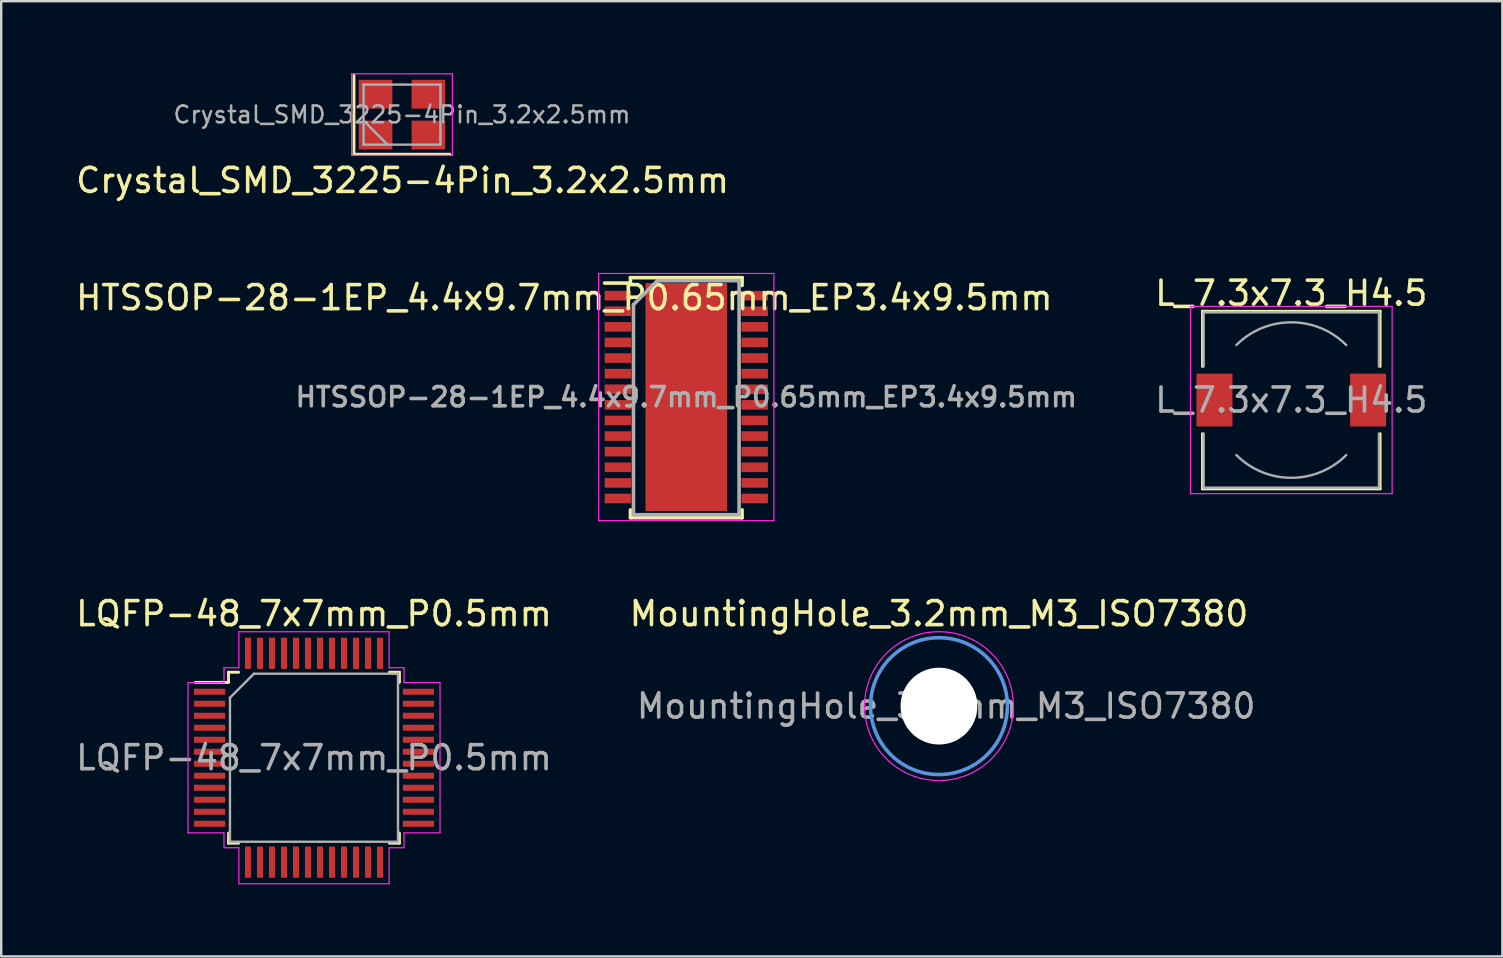
<source format=kicad_pcb>
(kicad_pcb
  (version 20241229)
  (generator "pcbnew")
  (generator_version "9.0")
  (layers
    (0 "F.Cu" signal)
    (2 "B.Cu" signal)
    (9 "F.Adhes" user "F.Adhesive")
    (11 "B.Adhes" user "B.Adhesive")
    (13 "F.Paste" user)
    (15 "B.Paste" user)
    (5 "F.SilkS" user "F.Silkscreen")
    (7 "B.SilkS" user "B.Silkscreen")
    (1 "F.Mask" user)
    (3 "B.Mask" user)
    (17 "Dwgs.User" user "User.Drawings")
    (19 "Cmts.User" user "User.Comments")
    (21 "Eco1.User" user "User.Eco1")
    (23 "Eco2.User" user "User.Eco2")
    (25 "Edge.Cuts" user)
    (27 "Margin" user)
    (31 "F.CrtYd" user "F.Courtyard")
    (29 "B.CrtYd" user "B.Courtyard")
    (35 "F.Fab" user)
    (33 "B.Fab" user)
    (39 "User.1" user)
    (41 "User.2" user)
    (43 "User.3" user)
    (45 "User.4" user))
  (footprint "LQFP-48_7x7mm_P0.5mm"
    (layer "F.Cu")
    (at 10.03 28.515)
    (property "Reference" "LQFP-48_7x7mm_P0.5mm" (at 0 -6 0) (layer "F.SilkS") (effects (font (size 1 1) (thickness 0.15))))
    (attr smd)
    (fp_line (start -3.56 -3.56) (end -3.56 -3.14) (stroke (width 0.12) (type solid)) (layer "F.SilkS"))
    (fp_line (start -3.56 -3.56) (end -3.14 -3.56) (stroke (width 0.12) (type solid)) (layer "F.SilkS"))
    (fp_line (start -3.56 -3.14) (end -4.94 -3.14) (stroke (width 0.12) (type solid)) (layer "F.SilkS"))
    (fp_line (start -3.56 3.56) (end -3.56 3.14) (stroke (width 0.12) (type solid)) (layer "F.SilkS"))
    (fp_line (start -3.56 3.56) (end -3.14 3.56) (stroke (width 0.12) (type solid)) (layer "F.SilkS"))
    (fp_line (start 3.56 -3.56) (end 3.14 -3.56) (stroke (width 0.12) (type solid)) (layer "F.SilkS"))
    (fp_line (start 3.56 -3.56) (end 3.56 -3.14) (stroke (width 0.12) (type solid)) (layer "F.SilkS"))
    (fp_line (start 3.56 3.56) (end 3.14 3.56) (stroke (width 0.12) (type solid)) (layer "F.SilkS"))
    (fp_line (start 3.56 3.56) (end 3.56 3.14) (stroke (width 0.12) (type solid)) (layer "F.SilkS"))
    (fp_line (start -5.25 -3.13) (end -5.25 3.13) (stroke (width 0.05) (type solid)) (layer "F.CrtYd"))
    (fp_line (start -3.75 -3.13) (end -5.25 -3.13) (stroke (width 0.05) (type solid)) (layer "F.CrtYd"))
    (fp_line (start -3.75 -3.13) (end -3.75 -3.75) (stroke (width 0.05) (type solid)) (layer "F.CrtYd"))
    (fp_line (start -3.75 3.13) (end -5.25 3.13) (stroke (width 0.05) (type solid)) (layer "F.CrtYd"))
    (fp_line (start -3.75 3.13) (end -3.75 3.75) (stroke (width 0.05) (type solid)) (layer "F.CrtYd"))
    (fp_line (start -3.13 -5.25) (end 3.13 -5.25) (stroke (width 0.05) (type solid)) (layer "F.CrtYd"))
    (fp_line (start -3.13 -3.75) (end -3.75 -3.75) (stroke (width 0.05) (type solid)) (layer "F.CrtYd"))
    (fp_line (start -3.13 -3.75) (end -3.13 -5.25) (stroke (width 0.05) (type solid)) (layer "F.CrtYd"))
    (fp_line (start -3.13 3.75) (end -3.75 3.75) (stroke (width 0.05) (type solid)) (layer "F.CrtYd"))
    (fp_line (start -3.13 3.75) (end -3.13 5.25) (stroke (width 0.05) (type solid)) (layer "F.CrtYd"))
    (fp_line (start -3.13 5.25) (end 3.13 5.25) (stroke (width 0.05) (type solid)) (layer "F.CrtYd"))
    (fp_line (start 3.13 -3.75) (end 3.13 -5.25) (stroke (width 0.05) (type solid)) (layer "F.CrtYd"))
    (fp_line (start 3.13 -3.75) (end 3.75 -3.75) (stroke (width 0.05) (type solid)) (layer "F.CrtYd"))
    (fp_line (start 3.13 3.75) (end 3.75 3.75) (stroke (width 0.05) (type solid)) (layer "F.CrtYd"))
    (fp_line (start 3.13 5.25) (end 3.13 3.75) (stroke (width 0.05) (type solid)) (layer "F.CrtYd"))
    (fp_line (start 3.75 -3.13) (end 3.75 -3.75) (stroke (width 0.05) (type solid)) (layer "F.CrtYd"))
    (fp_line (start 3.75 -3.13) (end 5.25 -3.13) (stroke (width 0.05) (type solid)) (layer "F.CrtYd"))
    (fp_line (start 3.75 3.13) (end 3.75 3.75) (stroke (width 0.05) (type solid)) (layer "F.CrtYd"))
    (fp_line (start 3.75 3.13) (end 5.25 3.13) (stroke (width 0.05) (type solid)) (layer "F.CrtYd"))
    (fp_line (start 5.25 -3.13) (end 5.25 3.13) (stroke (width 0.05) (type solid)) (layer "F.CrtYd"))
    (fp_line (start -3.5 -2.5) (end -2.5 -3.5) (stroke (width 0.1) (type solid)) (layer "F.Fab"))
    (fp_line (start -3.5 3.5) (end -3.5 -2.5) (stroke (width 0.1) (type solid)) (layer "F.Fab"))
    (fp_line (start -2.5 -3.5) (end 3.5 -3.5) (stroke (width 0.1) (type solid)) (layer "F.Fab"))
    (fp_line (start 3.5 -3.5) (end 3.5 3.5) (stroke (width 0.1) (type solid)) (layer "F.Fab"))
    (fp_line (start 3.5 3.5) (end -3.5 3.5) (stroke (width 0.1) (type solid)) (layer "F.Fab"))
    (fp_text user "${REFERENCE}" (at 0 0 0) (layer "F.Fab") (effects (font (size 1 1) (thickness 0.15))))
    (pad "1" smd rect (at -4.35 -2.75) (size 1.3 0.25) (layers "F.Cu" "F.Mask" "F.Paste"))
    (pad "2" smd rect (at -4.35 -2.25) (size 1.3 0.25) (layers "F.Cu" "F.Mask" "F.Paste"))
    (pad "3" smd rect (at -4.35 -1.75) (size 1.3 0.25) (layers "F.Cu" "F.Mask" "F.Paste"))
    (pad "4" smd rect (at -4.35 -1.25) (size 1.3 0.25) (layers "F.Cu" "F.Mask" "F.Paste"))
    (pad "5" smd rect (at -4.35 -0.75) (size 1.3 0.25) (layers "F.Cu" "F.Mask" "F.Paste"))
    (pad "6" smd rect (at -4.35 -0.25) (size 1.3 0.25) (layers "F.Cu" "F.Mask" "F.Paste"))
    (pad "7" smd rect (at -4.35 0.25) (size 1.3 0.25) (layers "F.Cu" "F.Mask" "F.Paste"))
    (pad "8" smd rect (at -4.35 0.75) (size 1.3 0.25) (layers "F.Cu" "F.Mask" "F.Paste"))
    (pad "9" smd rect (at -4.35 1.25) (size 1.3 0.25) (layers "F.Cu" "F.Mask" "F.Paste"))
    (pad "10" smd rect (at -4.35 1.75) (size 1.3 0.25) (layers "F.Cu" "F.Mask" "F.Paste"))
    (pad "11" smd rect (at -4.35 2.25) (size 1.3 0.25) (layers "F.Cu" "F.Mask" "F.Paste"))
    (pad "12" smd rect (at -4.35 2.75) (size 1.3 0.25) (layers "F.Cu" "F.Mask" "F.Paste"))
    (pad "13" smd rect (at -2.75 4.35 90) (size 1.3 0.25) (layers "F.Cu" "F.Mask" "F.Paste"))
    (pad "14" smd rect (at -2.25 4.35 90) (size 1.3 0.25) (layers "F.Cu" "F.Mask" "F.Paste"))
    (pad "15" smd rect (at -1.75 4.35 90) (size 1.3 0.25) (layers "F.Cu" "F.Mask" "F.Paste"))
    (pad "16" smd rect (at -1.25 4.35 90) (size 1.3 0.25) (layers "F.Cu" "F.Mask" "F.Paste"))
    (pad "17" smd rect (at -0.75 4.35 90) (size 1.3 0.25) (layers "F.Cu" "F.Mask" "F.Paste"))
    (pad "18" smd rect (at -0.25 4.35 90) (size 1.3 0.25) (layers "F.Cu" "F.Mask" "F.Paste"))
    (pad "19" smd rect (at 0.25 4.35 90) (size 1.3 0.25) (layers "F.Cu" "F.Mask" "F.Paste"))
    (pad "20" smd rect (at 0.75 4.35 90) (size 1.3 0.25) (layers "F.Cu" "F.Mask" "F.Paste"))
    (pad "21" smd rect (at 1.25 4.35 90) (size 1.3 0.25) (layers "F.Cu" "F.Mask" "F.Paste"))
    (pad "22" smd rect (at 1.75 4.35 90) (size 1.3 0.25) (layers "F.Cu" "F.Mask" "F.Paste"))
    (pad "23" smd rect (at 2.25 4.35 90) (size 1.3 0.25) (layers "F.Cu" "F.Mask" "F.Paste"))
    (pad "24" smd rect (at 2.75 4.35 90) (size 1.3 0.25) (layers "F.Cu" "F.Mask" "F.Paste"))
    (pad "25" smd rect (at 4.35 2.75) (size 1.3 0.25) (layers "F.Cu" "F.Mask" "F.Paste"))
    (pad "26" smd rect (at 4.35 2.25) (size 1.3 0.25) (layers "F.Cu" "F.Mask" "F.Paste"))
    (pad "27" smd rect (at 4.35 1.75) (size 1.3 0.25) (layers "F.Cu" "F.Mask" "F.Paste"))
    (pad "28" smd rect (at 4.35 1.25) (size 1.3 0.25) (layers "F.Cu" "F.Mask" "F.Paste"))
    (pad "29" smd rect (at 4.35 0.75) (size 1.3 0.25) (layers "F.Cu" "F.Mask" "F.Paste"))
    (pad "30" smd rect (at 4.35 0.25) (size 1.3 0.25) (layers "F.Cu" "F.Mask" "F.Paste"))
    (pad "31" smd rect (at 4.35 -0.25) (size 1.3 0.25) (layers "F.Cu" "F.Mask" "F.Paste"))
    (pad "32" smd rect (at 4.35 -0.75) (size 1.3 0.25) (layers "F.Cu" "F.Mask" "F.Paste"))
    (pad "33" smd rect (at 4.35 -1.25) (size 1.3 0.25) (layers "F.Cu" "F.Mask" "F.Paste"))
    (pad "34" smd rect (at 4.35 -1.75) (size 1.3 0.25) (layers "F.Cu" "F.Mask" "F.Paste"))
    (pad "35" smd rect (at 4.35 -2.25) (size 1.3 0.25) (layers "F.Cu" "F.Mask" "F.Paste"))
    (pad "36" smd rect (at 4.35 -2.75) (size 1.3 0.25) (layers "F.Cu" "F.Mask" "F.Paste"))
    (pad "37" smd rect (at 2.75 -4.35 90) (size 1.3 0.25) (layers "F.Cu" "F.Mask" "F.Paste"))
    (pad "38" smd rect (at 2.25 -4.35 90) (size 1.3 0.25) (layers "F.Cu" "F.Mask" "F.Paste"))
    (pad "39" smd rect (at 1.75 -4.35 90) (size 1.3 0.25) (layers "F.Cu" "F.Mask" "F.Paste"))
    (pad "40" smd rect (at 1.25 -4.35 90) (size 1.3 0.25) (layers "F.Cu" "F.Mask" "F.Paste"))
    (pad "41" smd rect (at 0.75 -4.35 90) (size 1.3 0.25) (layers "F.Cu" "F.Mask" "F.Paste"))
    (pad "42" smd rect (at 0.25 -4.35 90) (size 1.3 0.25) (layers "F.Cu" "F.Mask" "F.Paste"))
    (pad "43" smd rect (at -0.25 -4.35 90) (size 1.3 0.25) (layers "F.Cu" "F.Mask" "F.Paste"))
    (pad "44" smd rect (at -0.75 -4.35 90) (size 1.3 0.25) (layers "F.Cu" "F.Mask" "F.Paste"))
    (pad "45" smd rect (at -1.25 -4.35 90) (size 1.3 0.25) (layers "F.Cu" "F.Mask" "F.Paste"))
    (pad "46" smd rect (at -1.75 -4.35 90) (size 1.3 0.25) (layers "F.Cu" "F.Mask" "F.Paste"))
    (pad "47" smd rect (at -2.25 -4.35 90) (size 1.3 0.25) (layers "F.Cu" "F.Mask" "F.Paste"))
    (pad "48" smd rect (at -2.75 -4.35 90) (size 1.3 0.25) (layers "F.Cu" "F.Mask" "F.Paste")))
  (footprint "Crystal_SMD_3225-4Pin_3.2x2.5mm"
    (layer "F.Cu")
    (at 13.695 1.725)
    (property "Reference" "Crystal_SMD_3225-4Pin_3.2x2.5mm" (at 0.025 2.743 0) (layer "F.SilkS") (effects (font (size 1 1) (thickness 0.15))))
    (attr smd)
    (fp_line (start -2 -1.65) (end -2 1.65) (stroke (width 0.12) (type solid)) (layer "F.SilkS"))
    (fp_line (start -2 1.65) (end 2 1.65) (stroke (width 0.12) (type solid)) (layer "F.SilkS"))
    (fp_line (start -2.1 -1.7) (end -2.1 1.7) (stroke (width 0.05) (type solid)) (layer "F.CrtYd"))
    (fp_line (start -2.1 1.7) (end 2.1 1.7) (stroke (width 0.05) (type solid)) (layer "F.CrtYd"))
    (fp_line (start 2.1 -1.7) (end -2.1 -1.7) (stroke (width 0.05) (type solid)) (layer "F.CrtYd"))
    (fp_line (start 2.1 1.7) (end 2.1 -1.7) (stroke (width 0.05) (type solid)) (layer "F.CrtYd"))
    (fp_line (start -1.6 -1.25) (end -1.6 1.25) (stroke (width 0.1) (type solid)) (layer "F.Fab"))
    (fp_line (start -1.6 0.25) (end -0.6 1.25) (stroke (width 0.1) (type solid)) (layer "F.Fab"))
    (fp_line (start -1.6 1.25) (end 1.6 1.25) (stroke (width 0.1) (type solid)) (layer "F.Fab"))
    (fp_line (start 1.6 -1.25) (end -1.6 -1.25) (stroke (width 0.1) (type solid)) (layer "F.Fab"))
    (fp_line (start 1.6 1.25) (end 1.6 -1.25) (stroke (width 0.1) (type solid)) (layer "F.Fab"))
    (fp_text user "${REFERENCE}" (at 0 0 0) (layer "F.Fab") (effects (font (size 0.7 0.7) (thickness 0.105))))
    (pad "1" smd rect (at -1.1 0.85) (size 1.4 1.2) (layers "F.Cu" "F.Mask" "F.Paste"))
    (pad "2" smd rect (at 1.1 0.85) (size 1.4 1.2) (layers "F.Cu" "F.Mask" "F.Paste"))
    (pad "3" smd rect (at 1.1 -0.85) (size 1.4 1.2) (layers "F.Cu" "F.Mask" "F.Paste"))
    (pad "4" smd rect (at -1.1 -0.85) (size 1.4 1.2) (layers "F.Cu" "F.Mask" "F.Paste")))
  (footprint "L_7.3x7.3_H4.5"
    (layer "F.Cu")
    (at 50.742 13.615)
    (property "Reference" "L_7.3x7.3_H4.5" (at 0 -4.45 0) (layer "F.SilkS") (effects (font (size 1 1) (thickness 0.15))))
    (attr smd)
    (fp_line (start -3.7 -3.7) (end 3.7 -3.7) (stroke (width 0.12) (type solid)) (layer "F.SilkS"))
    (fp_line (start -3.7 -1.4) (end -3.7 -3.7) (stroke (width 0.12) (type solid)) (layer "F.SilkS"))
    (fp_line (start -3.7 3.7) (end -3.7 1.4) (stroke (width 0.12) (type solid)) (layer "F.SilkS"))
    (fp_line (start 3.7 -3.7) (end 3.7 -1.4) (stroke (width 0.12) (type solid)) (layer "F.SilkS"))
    (fp_line (start 3.7 1.4) (end 3.7 3.7) (stroke (width 0.12) (type solid)) (layer "F.SilkS"))
    (fp_line (start 3.7 3.7) (end -3.7 3.7) (stroke (width 0.12) (type solid)) (layer "F.SilkS"))
    (fp_line (start -4.2 -3.9) (end -4.2 3.9) (stroke (width 0.05) (type solid)) (layer "F.CrtYd"))
    (fp_line (start -4.2 3.9) (end 4.2 3.9) (stroke (width 0.05) (type solid)) (layer "F.CrtYd"))
    (fp_line (start 4.2 -3.9) (end -4.2 -3.9) (stroke (width 0.05) (type solid)) (layer "F.CrtYd"))
    (fp_line (start 4.2 3.9) (end 4.2 -3.9) (stroke (width 0.05) (type solid)) (layer "F.CrtYd"))
    (fp_line (start -3.65 -3.65) (end -3.65 -1.4) (stroke (width 0.1) (type solid)) (layer "F.Fab"))
    (fp_line (start -3.65 -3.65) (end 3.65 -3.65) (stroke (width 0.1) (type solid)) (layer "F.Fab"))
    (fp_line (start -3.65 3.65) (end -3.65 1.4) (stroke (width 0.1) (type solid)) (layer "F.Fab"))
    (fp_line (start 3.65 -3.65) (end 3.65 -1.4) (stroke (width 0.1) (type solid)) (layer "F.Fab"))
    (fp_line (start 3.65 3.65) (end -3.65 3.65) (stroke (width 0.1) (type solid)) (layer "F.Fab"))
    (fp_line (start 3.65 3.65) (end 3.65 1.4) (stroke (width 0.1) (type solid)) (layer "F.Fab"))
    (fp_arc (start -2.29 -2.29) (mid 0 -3.238549) (end 2.29 -2.29) (stroke (width 0.1) (type solid)) (layer "F.Fab"))
    (fp_arc (start 2.29 2.29) (mid 0 3.238549) (end -2.29 2.29) (stroke (width 0.1) (type solid)) (layer "F.Fab"))
    (fp_text user "${REFERENCE}" (at 0 0 0) (layer "F.Fab") (effects (font (size 1 1) (thickness 0.15))))
    (pad "1" smd rect (at -3.2 0) (size 1.5 2.2) (layers "F.Cu" "F.Mask" "F.Paste"))
    (pad "2" smd rect (at 3.2 0) (size 1.5 2.2) (layers "F.Cu" "F.Mask" "F.Paste")))
  (footprint "MountingHole_3.2mm_M3_ISO7380"
    (layer "F.Cu")
    (at 36.065 26.365)
    (property "Reference" "MountingHole_3.2mm_M3_ISO7380" (at 0 -3.85 0) (layer "F.SilkS") (effects (font (size 1 1) (thickness 0.15))))
    (attr exclude_from_pos_files exclude_from_bom)
    (fp_circle (center 0 0) (end 2.85 0) (stroke (width 0.15) (type solid)) (fill no) (layer "Cmts.User"))
    (fp_circle (center 0 0) (end 3.1 0) (stroke (width 0.05) (type solid)) (fill no) (layer "F.CrtYd"))
    (fp_text user "${REFERENCE}" (at 0.3 0 0) (layer "F.Fab") (effects (font (size 1 1) (thickness 0.15))))
    (pad "" np_thru_hole circle (at 0 0) (size 3.2 3.2) (drill 3.2) (layers "*.Cu" "*.Mask")))
  (footprint "HTSSOP-28-1EP_4.4x9.7mm_P0.65mm_EP3.4x9.5mm"
    (layer "F.Cu")
    (at 25.538 13.491)
    (property "Reference" "HTSSOP-28-1EP_4.4x9.7mm_P0.65mm_EP3.4x9.5mm" (at -5.08 -4.14 0) (layer "F.SilkS") (effects (font (size 1 1) (thickness 0.15))))
    (attr smd)
    (fp_line (start -2.325 -4.975) (end -2.325 -4.75) (stroke (width 0.15) (type solid)) (layer "F.SilkS"))
    (fp_line (start -2.325 -4.975) (end 2.325 -4.975) (stroke (width 0.15) (type solid)) (layer "F.SilkS"))
    (fp_line (start -2.325 -4.75) (end -3.4 -4.75) (stroke (width 0.15) (type solid)) (layer "F.SilkS"))
    (fp_line (start -2.325 5.026) (end -2.325 4.701) (stroke (width 0.15) (type solid)) (layer "F.SilkS"))
    (fp_line (start -2.325 5.026) (end 2.325 5.026) (stroke (width 0.15) (type solid)) (layer "F.SilkS"))
    (fp_line (start 2.325 -4.975) (end 2.325 -4.65) (stroke (width 0.15) (type solid)) (layer "F.SilkS"))
    (fp_line (start 2.325 5.026) (end 2.325 4.701) (stroke (width 0.15) (type solid)) (layer "F.SilkS"))
    (fp_line (start -3.65 -5.15) (end -3.65 5.15) (stroke (width 0.05) (type solid)) (layer "F.CrtYd"))
    (fp_line (start -3.65 -5.15) (end 3.65 -5.15) (stroke (width 0.05) (type solid)) (layer "F.CrtYd"))
    (fp_line (start -3.65 5.15) (end 3.65 5.15) (stroke (width 0.05) (type solid)) (layer "F.CrtYd"))
    (fp_line (start 3.65 -5.15) (end 3.65 5.15) (stroke (width 0.05) (type solid)) (layer "F.CrtYd"))
    (fp_line (start -2.2 -3.85) (end -1.2 -4.85) (stroke (width 0.15) (type solid)) (layer "F.Fab"))
    (fp_line (start -2.2 4.85) (end -2.2 -3.85) (stroke (width 0.15) (type solid)) (layer "F.Fab"))
    (fp_line (start -1.2 -4.85) (end 2.2 -4.85) (stroke (width 0.15) (type solid)) (layer "F.Fab"))
    (fp_line (start 2.2 -4.85) (end 2.2 4.85) (stroke (width 0.15) (type solid)) (layer "F.Fab"))
    (fp_line (start 2.2 4.901) (end -2.2 4.901) (stroke (width 0.15) (type solid)) (layer "F.Fab"))
    (fp_text user "${REFERENCE}" (at 0 0 0) (layer "F.Fab") (effects (font (size 0.8 0.8) (thickness 0.15))))
    (pad "" smd rect (at -0.85 -3.8) (size 1.4 1.6) (layers "F.Paste"))
    (pad "" smd rect (at -0.85 -1.9) (size 1.4 1.6) (layers "F.Paste"))
    (pad "" smd rect (at -0.85 0) (size 1.4 1.6) (layers "F.Paste"))
    (pad "" smd rect (at -0.85 1.9) (size 1.4 1.6) (layers "F.Paste"))
    (pad "" smd rect (at -0.85 3.8) (size 1.4 1.6) (layers "F.Paste"))
    (pad "" smd rect (at 0.85 -3.8) (size 1.4 1.6) (layers "F.Paste"))
    (pad "" smd rect (at 0.85 -1.9) (size 1.4 1.6) (layers "F.Paste"))
    (pad "" smd rect (at 0.85 0) (size 1.4 1.6) (layers "F.Paste"))
    (pad "" smd rect (at 0.85 1.9) (size 1.4 1.6) (layers "F.Paste"))
    (pad "" smd rect (at 0.85 3.8) (size 1.4 1.6) (layers "F.Paste"))
    (pad "1" smd rect (at -2.85 -4.225) (size 1.1 0.4) (layers "F.Cu" "F.Mask" "F.Paste"))
    (pad "2" smd rect (at -2.85 -3.575) (size 1.1 0.4) (layers "F.Cu" "F.Mask" "F.Paste"))
    (pad "3" smd rect (at -2.85 -2.925) (size 1.1 0.4) (layers "F.Cu" "F.Mask" "F.Paste"))
    (pad "4" smd rect (at -2.85 -2.275) (size 1.1 0.4) (layers "F.Cu" "F.Mask" "F.Paste"))
    (pad "5" smd rect (at -2.85 -1.625) (size 1.1 0.4) (layers "F.Cu" "F.Mask" "F.Paste"))
    (pad "6" smd rect (at -2.85 -0.975) (size 1.1 0.4) (layers "F.Cu" "F.Mask" "F.Paste"))
    (pad "7" smd rect (at -2.85 -0.325) (size 1.1 0.4) (layers "F.Cu" "F.Mask" "F.Paste"))
    (pad "8" smd rect (at -2.85 0.325) (size 1.1 0.4) (layers "F.Cu" "F.Mask" "F.Paste"))
    (pad "9" smd rect (at -2.85 0.975) (size 1.1 0.4) (layers "F.Cu" "F.Mask" "F.Paste"))
    (pad "10" smd rect (at -2.85 1.625) (size 1.1 0.4) (layers "F.Cu" "F.Mask" "F.Paste"))
    (pad "11" smd rect (at -2.85 2.275) (size 1.1 0.4) (layers "F.Cu" "F.Mask" "F.Paste"))
    (pad "12" smd rect (at -2.85 2.925) (size 1.1 0.4) (layers "F.Cu" "F.Mask" "F.Paste"))
    (pad "13" smd rect (at -2.85 3.575) (size 1.1 0.4) (layers "F.Cu" "F.Mask" "F.Paste"))
    (pad "14" smd rect (at -2.85 4.225) (size 1.1 0.4) (layers "F.Cu" "F.Mask" "F.Paste"))
    (pad "15" smd rect (at 2.85 4.225) (size 1.1 0.4) (layers "F.Cu" "F.Mask" "F.Paste"))
    (pad "16" smd rect (at 2.85 3.575) (size 1.1 0.4) (layers "F.Cu" "F.Mask" "F.Paste"))
    (pad "17" smd rect (at 2.85 2.925) (size 1.1 0.4) (layers "F.Cu" "F.Mask" "F.Paste"))
    (pad "18" smd rect (at 2.85 2.275) (size 1.1 0.4) (layers "F.Cu" "F.Mask" "F.Paste"))
    (pad "19" smd rect (at 2.85 1.625) (size 1.1 0.4) (layers "F.Cu" "F.Mask" "F.Paste"))
    (pad "20" smd rect (at 2.85 0.975) (size 1.1 0.4) (layers "F.Cu" "F.Mask" "F.Paste"))
    (pad "21" smd rect (at 2.85 0.325) (size 1.1 0.4) (layers "F.Cu" "F.Mask" "F.Paste"))
    (pad "22" smd rect (at 2.85 -0.325) (size 1.1 0.4) (layers "F.Cu" "F.Mask" "F.Paste"))
    (pad "23" smd rect (at 2.85 -0.975) (size 1.1 0.4) (layers "F.Cu" "F.Mask" "F.Paste"))
    (pad "24" smd rect (at 2.85 -1.625) (size 1.1 0.4) (layers "F.Cu" "F.Mask" "F.Paste"))
    (pad "25" smd rect (at 2.85 -2.275) (size 1.1 0.4) (layers "F.Cu" "F.Mask" "F.Paste"))
    (pad "26" smd rect (at 2.85 -2.925) (size 1.1 0.4) (layers "F.Cu" "F.Mask" "F.Paste"))
    (pad "27" smd rect (at 2.85 -3.575) (size 1.1 0.4) (layers "F.Cu" "F.Mask" "F.Paste"))
    (pad "28" smd rect (at 2.85 -4.225) (size 1.1 0.4) (layers "F.Cu" "F.Mask" "F.Paste"))
    (pad "29" smd rect (at 0 0) (size 3.4 9.5) (layers "F.Cu" "F.Mask")))
  (gr_rect
    (start -3 -3)
    (end 59.533 36.79)
    (stroke (width 0.1) (type default))
    (fill no)
    (layer "Edge.Cuts")))
</source>
